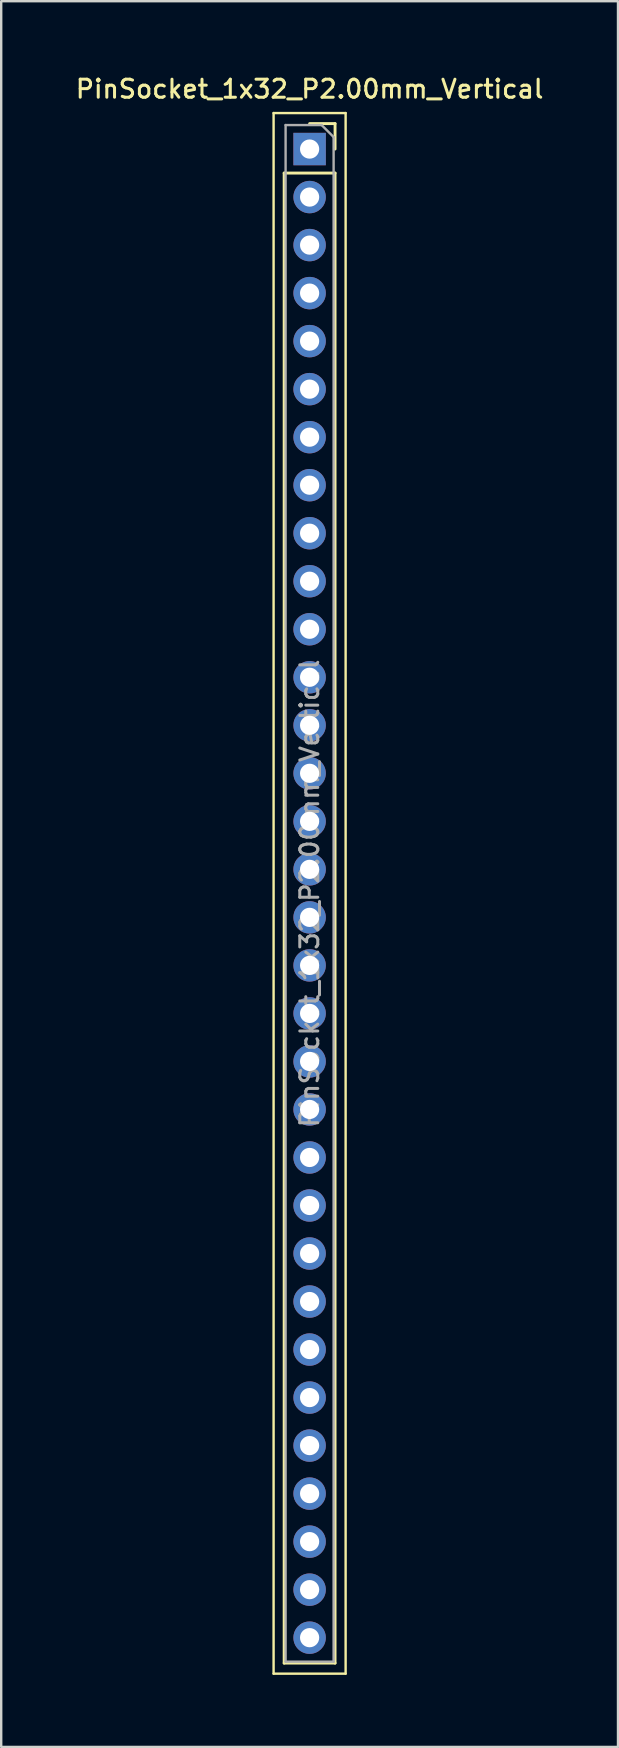
<source format=kicad_pcb>
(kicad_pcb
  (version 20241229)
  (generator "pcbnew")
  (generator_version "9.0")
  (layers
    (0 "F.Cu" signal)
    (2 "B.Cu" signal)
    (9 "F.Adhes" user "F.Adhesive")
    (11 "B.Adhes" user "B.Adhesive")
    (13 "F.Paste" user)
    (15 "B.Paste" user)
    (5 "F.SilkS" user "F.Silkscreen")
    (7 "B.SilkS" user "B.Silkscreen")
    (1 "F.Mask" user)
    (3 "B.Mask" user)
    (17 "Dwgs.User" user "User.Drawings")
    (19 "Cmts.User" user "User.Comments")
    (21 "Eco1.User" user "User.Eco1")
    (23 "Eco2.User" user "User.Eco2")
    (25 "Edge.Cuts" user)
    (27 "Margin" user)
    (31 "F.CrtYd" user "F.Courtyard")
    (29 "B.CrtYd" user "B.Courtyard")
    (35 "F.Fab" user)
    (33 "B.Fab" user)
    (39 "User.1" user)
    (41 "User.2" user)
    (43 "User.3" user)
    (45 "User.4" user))
  (footprint "PinSocket_1x32_P2.00mm_Vertical"
    (layer "F.Cu")
    (at 9.845 3.158)
    (property "Reference" "PinSocket_1x32_P2.00mm_Vertical" (at 0 -2.5 0) (layer "F.SilkS") (effects (font (size 0.75 0.75) (thickness 0.125))))
    (attr through_hole)
    (fp_line (start -1.5 -1.5) (end 1.5 -1.5) (stroke (width 0.1) (type solid)) (layer "F.SilkS"))
    (fp_line (start -1.5 63.5) (end -1.5 -1.5) (stroke (width 0.1) (type solid)) (layer "F.SilkS"))
    (fp_line (start -1.06 1) (end -1.06 63.06) (stroke (width 0.12) (type solid)) (layer "F.SilkS"))
    (fp_line (start -1.06 1) (end 1.06 1) (stroke (width 0.12) (type solid)) (layer "F.SilkS"))
    (fp_line (start -1.06 63.06) (end 1.06 63.06) (stroke (width 0.12) (type solid)) (layer "F.SilkS"))
    (fp_line (start 0 -1.06) (end 1.06 -1.06) (stroke (width 0.12) (type solid)) (layer "F.SilkS"))
    (fp_line (start 1.06 -1.06) (end 1.06 0) (stroke (width 0.12) (type solid)) (layer "F.SilkS"))
    (fp_line (start 1.06 1) (end 1.06 63.06) (stroke (width 0.12) (type solid)) (layer "F.SilkS"))
    (fp_line (start 1.5 -1.5) (end 1.5 63.5) (stroke (width 0.1) (type solid)) (layer "F.SilkS"))
    (fp_line (start 1.5 63.5) (end -1.5 63.5) (stroke (width 0.1) (type solid)) (layer "F.SilkS"))
    (fp_line (start -1 -1) (end 0.5 -1) (stroke (width 0.1) (type solid)) (layer "F.Fab"))
    (fp_line (start -1 63) (end -1 -1) (stroke (width 0.1) (type solid)) (layer "F.Fab"))
    (fp_line (start 0.5 -1) (end 1 -0.5) (stroke (width 0.1) (type solid)) (layer "F.Fab"))
    (fp_line (start 1 -0.5) (end 1 63) (stroke (width 0.1) (type solid)) (layer "F.Fab"))
    (fp_line (start 1 63) (end -1 63) (stroke (width 0.1) (type solid)) (layer "F.Fab"))
    (fp_text user "${REFERENCE}" (at 0 31 90) (layer "F.Fab") (effects (font (size 0.75 0.75) (thickness 0.125))))
    (pad "1" thru_hole rect (at 0 0) (size 1.35 1.35) (drill 0.8) (layers "*.Cu" "*.Mask"))
    (pad "2" thru_hole oval (at 0 2) (size 1.35 1.35) (drill 0.8) (layers "*.Cu" "*.Mask"))
    (pad "3" thru_hole oval (at 0 4) (size 1.35 1.35) (drill 0.8) (layers "*.Cu" "*.Mask"))
    (pad "4" thru_hole oval (at 0 6) (size 1.35 1.35) (drill 0.8) (layers "*.Cu" "*.Mask"))
    (pad "5" thru_hole oval (at 0 8) (size 1.35 1.35) (drill 0.8) (layers "*.Cu" "*.Mask"))
    (pad "6" thru_hole oval (at 0 10) (size 1.35 1.35) (drill 0.8) (layers "*.Cu" "*.Mask"))
    (pad "7" thru_hole oval (at 0 12) (size 1.35 1.35) (drill 0.8) (layers "*.Cu" "*.Mask"))
    (pad "8" thru_hole oval (at 0 14) (size 1.35 1.35) (drill 0.8) (layers "*.Cu" "*.Mask"))
    (pad "9" thru_hole oval (at 0 16) (size 1.35 1.35) (drill 0.8) (layers "*.Cu" "*.Mask"))
    (pad "10" thru_hole oval (at 0 18) (size 1.35 1.35) (drill 0.8) (layers "*.Cu" "*.Mask"))
    (pad "11" thru_hole oval (at 0 20) (size 1.35 1.35) (drill 0.8) (layers "*.Cu" "*.Mask"))
    (pad "12" thru_hole oval (at 0 22) (size 1.35 1.35) (drill 0.8) (layers "*.Cu" "*.Mask"))
    (pad "13" thru_hole oval (at 0 24) (size 1.35 1.35) (drill 0.8) (layers "*.Cu" "*.Mask"))
    (pad "14" thru_hole oval (at 0 26) (size 1.35 1.35) (drill 0.8) (layers "*.Cu" "*.Mask"))
    (pad "15" thru_hole oval (at 0 28) (size 1.35 1.35) (drill 0.8) (layers "*.Cu" "*.Mask"))
    (pad "16" thru_hole oval (at 0 30) (size 1.35 1.35) (drill 0.8) (layers "*.Cu" "*.Mask"))
    (pad "17" thru_hole oval (at 0 32) (size 1.35 1.35) (drill 0.8) (layers "*.Cu" "*.Mask"))
    (pad "18" thru_hole oval (at 0 34) (size 1.35 1.35) (drill 0.8) (layers "*.Cu" "*.Mask"))
    (pad "19" thru_hole oval (at 0 36) (size 1.35 1.35) (drill 0.8) (layers "*.Cu" "*.Mask"))
    (pad "20" thru_hole oval (at 0 38) (size 1.35 1.35) (drill 0.8) (layers "*.Cu" "*.Mask"))
    (pad "21" thru_hole oval (at 0 40) (size 1.35 1.35) (drill 0.8) (layers "*.Cu" "*.Mask"))
    (pad "22" thru_hole oval (at 0 42) (size 1.35 1.35) (drill 0.8) (layers "*.Cu" "*.Mask"))
    (pad "23" thru_hole oval (at 0 44) (size 1.35 1.35) (drill 0.8) (layers "*.Cu" "*.Mask"))
    (pad "24" thru_hole oval (at 0 46) (size 1.35 1.35) (drill 0.8) (layers "*.Cu" "*.Mask"))
    (pad "25" thru_hole oval (at 0 48) (size 1.35 1.35) (drill 0.8) (layers "*.Cu" "*.Mask"))
    (pad "26" thru_hole oval (at 0 50) (size 1.35 1.35) (drill 0.8) (layers "*.Cu" "*.Mask"))
    (pad "27" thru_hole oval (at 0 52) (size 1.35 1.35) (drill 0.8) (layers "*.Cu" "*.Mask"))
    (pad "28" thru_hole oval (at 0 54) (size 1.35 1.35) (drill 0.8) (layers "*.Cu" "*.Mask"))
    (pad "29" thru_hole oval (at 0 56) (size 1.35 1.35) (drill 0.8) (layers "*.Cu" "*.Mask"))
    (pad "30" thru_hole oval (at 0 58) (size 1.35 1.35) (drill 0.8) (layers "*.Cu" "*.Mask"))
    (pad "31" thru_hole oval (at 0 60) (size 1.35 1.35) (drill 0.8) (layers "*.Cu" "*.Mask"))
    (pad "32" thru_hole oval (at 0 62) (size 1.35 1.35) (drill 0.8) (layers "*.Cu" "*.Mask")))
  (gr_rect
    (start -3 -3)
    (end 22.689 69.708)
    (stroke (width 0.1) (type default))
    (fill no)
    (layer "Edge.Cuts")))
</source>
